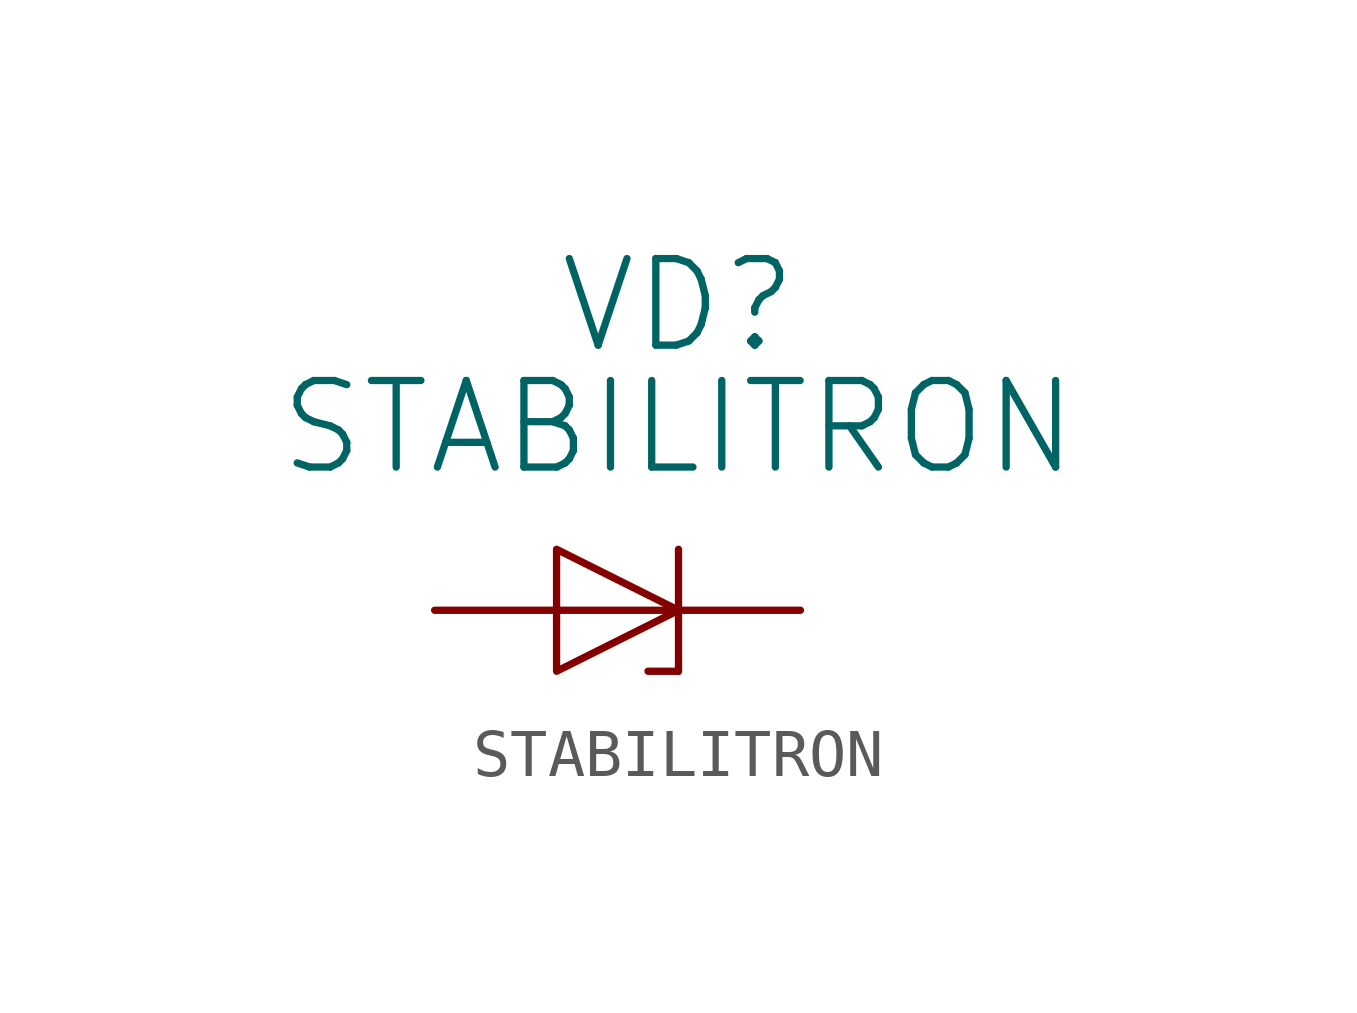
<source format=kicad_sym>
(kicad_symbol_lib
  (version 20211014)
  (generator kicad_symbol_editor)
  (symbol "STABILITRON"
    (pin_numbers hide)
    (pin_names
      (offset 1.016))
    (property "Reference" "VD"
      (at 5.08 6.35 0)
      (effects (font (size 1.803 1.803))))
    (property "Value" "STABILITRON"
      (at 5.08 3.81 0)
      (effects (font (size 1.803 1.803))))
    (property "Footprint" ""
      (at 0 0 0)
      (effects (font (size 1.524 1.524))))
    (property "Datasheet" ""
      (at 0 0 0)
      (effects (font (size 1.524 1.524))))
    (symbol "STABILITRON_0_1"
      (polyline (pts (xy 2.54 0) (xy 5.08 0)) (stroke (width 0) (type default) (color 0 0 0 0)) (fill (type none)))
      (polyline (pts (xy 5.08 -1.27) (xy 4.445 -1.27)) (stroke (width 0) (type default) (color 0 0 0 0)) (fill (type none)))
      (polyline (pts (xy 5.08 1.27) (xy 5.08 -1.27)) (stroke (width 0) (type default) (color 0 0 0 0)) (fill (type none)))
      (polyline (pts (xy 2.54 1.27) (xy 2.54 -1.27) (xy 5.08 0) (xy 2.54 1.27)) (stroke (width 0) (type default) (color 0 0 0 0)) (fill (type none))))
    (symbol "STABILITRON_1_1"
      (pin passive line (at 0 0 0) (length 2.54) (name "~" (effects (font (size 1.27 1.27)))) (number "1" (effects (font (size 1.27 1.27)))))
      (pin passive line (at 7.62 0 180) (length 2.54) (name "~" (effects (font (size 1.27 1.27)))) (number "2" (effects (font (size 1.27 1.27))))))))
</source>
